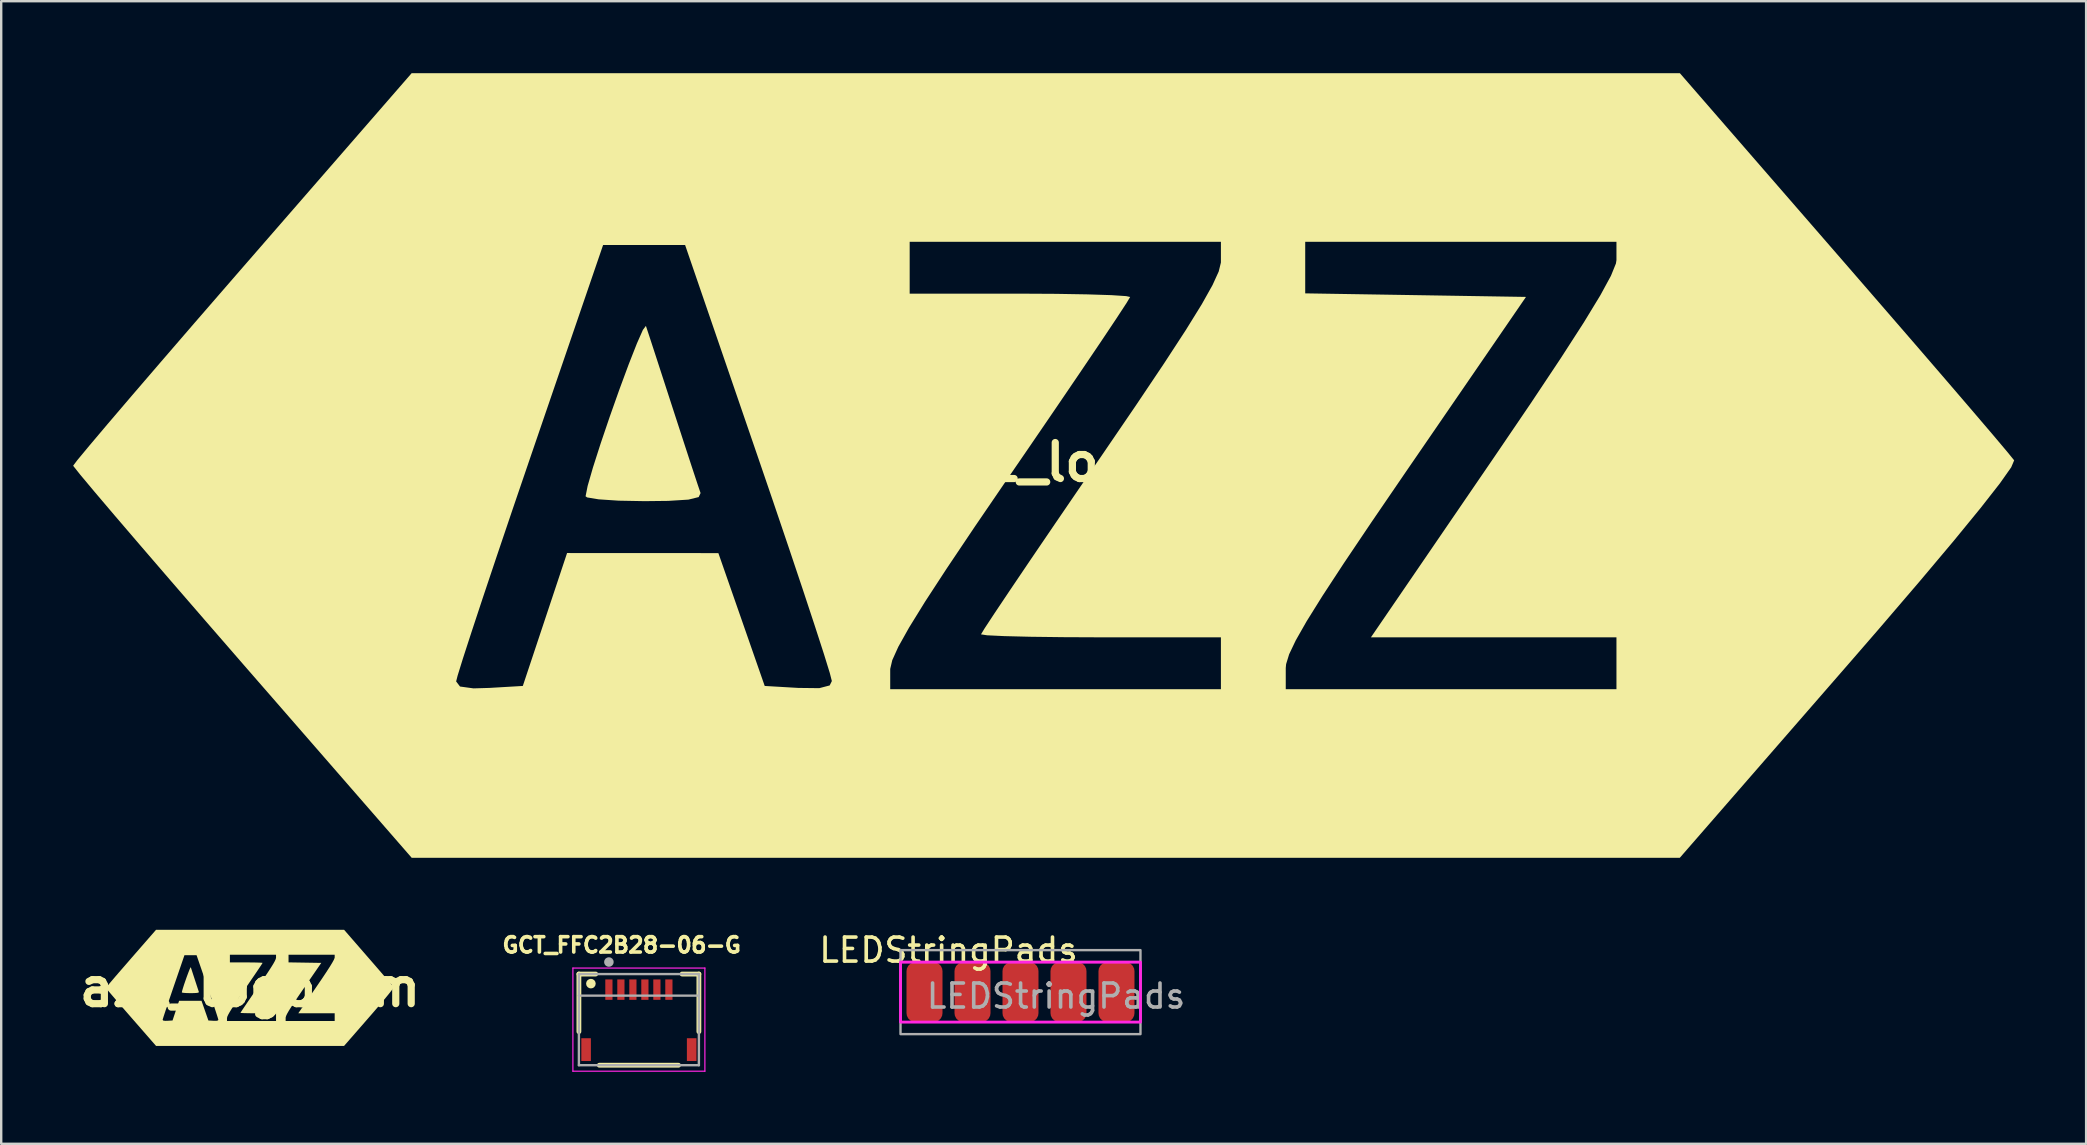
<source format=kicad_pcb>
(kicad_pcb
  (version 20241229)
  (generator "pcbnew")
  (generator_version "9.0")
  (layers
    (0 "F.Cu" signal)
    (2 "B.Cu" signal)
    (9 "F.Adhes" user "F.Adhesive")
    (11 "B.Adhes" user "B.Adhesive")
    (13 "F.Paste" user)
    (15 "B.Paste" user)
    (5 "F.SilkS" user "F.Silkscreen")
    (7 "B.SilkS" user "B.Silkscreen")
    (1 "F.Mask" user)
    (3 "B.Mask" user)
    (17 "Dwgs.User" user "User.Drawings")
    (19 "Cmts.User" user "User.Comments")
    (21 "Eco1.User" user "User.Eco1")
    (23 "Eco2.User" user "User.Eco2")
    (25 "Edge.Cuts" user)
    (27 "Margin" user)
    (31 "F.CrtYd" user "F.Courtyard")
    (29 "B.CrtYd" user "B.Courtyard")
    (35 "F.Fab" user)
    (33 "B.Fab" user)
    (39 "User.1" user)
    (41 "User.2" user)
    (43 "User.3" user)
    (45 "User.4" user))
  (footprint "GCT_FFC2B28-06-G"
    (layer "F.Cu")
    (at 23.574 39.44)
    (property "Reference" "GCT_FFC2B28-06-G" (at -0.718 -3.106 0) (layer "F.SilkS") (effects (font (size 0.64 0.64) (thickness 0.15))))
    (attr smd)
    (fp_line (start -2.5 -1.9) (end -1.8 -1.9) (stroke (width 0.2) (type solid)) (layer "F.SilkS"))
    (fp_line (start -2.5 0.5) (end -2.5 -1.9) (stroke (width 0.2) (type solid)) (layer "F.SilkS"))
    (fp_line (start -1.65 1.9) (end 1.65 1.9) (stroke (width 0.2) (type solid)) (layer "F.SilkS"))
    (fp_line (start 1.8 -1.9) (end 2.5 -1.9) (stroke (width 0.2) (type solid)) (layer "F.SilkS"))
    (fp_line (start 2.5 -1.9) (end 2.5 0.5) (stroke (width 0.2) (type solid)) (layer "F.SilkS"))
    (fp_circle (center -2 -1.5) (end -1.9 -1.5) (stroke (width 0.2) (type solid)) (fill no) (layer "F.SilkS"))
    (fp_line (start -2.75 -2.15) (end -2.75 2.15) (stroke (width 0.05) (type solid)) (layer "F.CrtYd"))
    (fp_line (start -2.75 2.15) (end 2.75 2.15) (stroke (width 0.05) (type solid)) (layer "F.CrtYd"))
    (fp_line (start 2.75 -2.15) (end -2.75 -2.15) (stroke (width 0.05) (type solid)) (layer "F.CrtYd"))
    (fp_line (start 2.75 2.15) (end 2.75 -2.15) (stroke (width 0.05) (type solid)) (layer "F.CrtYd"))
    (fp_line (start -2.5 -1.9) (end 2.5 -1.9) (stroke (width 0.1) (type solid)) (layer "F.Fab"))
    (fp_line (start -2.5 -1) (end -2.5 -1.9) (stroke (width 0.1) (type solid)) (layer "F.Fab"))
    (fp_line (start -2.5 -1) (end 2.5 -1) (stroke (width 0.1) (type solid)) (layer "F.Fab"))
    (fp_line (start -2.5 1.9) (end -2.5 -1) (stroke (width 0.1) (type solid)) (layer "F.Fab"))
    (fp_line (start 2.5 -1.9) (end 2.5 -1) (stroke (width 0.1) (type solid)) (layer "F.Fab"))
    (fp_line (start 2.5 -1) (end 2.5 1.9) (stroke (width 0.1) (type solid)) (layer "F.Fab"))
    (fp_line (start 2.5 1.9) (end -2.5 1.9) (stroke (width 0.1) (type solid)) (layer "F.Fab"))
    (fp_circle (center -1.25 -2.4) (end -1.15 -2.4) (stroke (width 0.2) (type solid)) (fill no) (layer "F.Fab"))
    (pad "1" smd rect (at -1.25 -1.25) (size 0.3 0.85) (layers "F.Cu" "F.Mask" "F.Paste"))
    (pad "2" smd rect (at -0.75 -1.25) (size 0.3 0.85) (layers "F.Cu" "F.Mask" "F.Paste"))
    (pad "3" smd rect (at -0.25 -1.25) (size 0.3 0.85) (layers "F.Cu" "F.Mask" "F.Paste"))
    (pad "4" smd rect (at 0.25 -1.25) (size 0.3 0.85) (layers "F.Cu" "F.Mask" "F.Paste"))
    (pad "5" smd rect (at 0.75 -1.25) (size 0.3 0.85) (layers "F.Cu" "F.Mask" "F.Paste"))
    (pad "6" smd rect (at 1.25 -1.25) (size 0.3 0.85) (layers "F.Cu" "F.Mask" "F.Paste"))
    (pad "S1" smd rect (at -2.2 1.25) (size 0.4 0.95) (layers "F.Cu" "F.Mask" "F.Paste"))
    (pad "S2" smd rect (at 2.2 1.25) (size 0.4 0.95) (layers "F.Cu" "F.Mask" "F.Paste")))
  (footprint "azz_logo_sm"
    (layer "F.Cu")
    (at 7.371 38.096)
    (property "Reference" "azz_logo_sm" (at 0 0 0) (layer "F.SilkS") (effects (font (size 1.5 1.5) (thickness 0.3))))
    (attr board_only exclude_from_pos_files exclude_from_bom)
    (fp_poly (pts (xy -2.471 -0.84) (xy -2.451 -0.78) (xy -2.412 -0.661) (xy -2.36 -0.501) (xy -2.301 -0.32) (xy -2.241 -0.137) (xy -2.19 0.02) (xy -2.152 0.135) (xy -2.133 0.19) (xy -2.145 0.215) (xy -2.208 0.23) (xy -2.334 0.238) (xy -2.48 0.24) (xy -2.639 0.237) (xy -2.763 0.229) (xy -2.834 0.217) (xy -2.844 0.21) (xy -2.831 0.146) (xy -2.798 0.033) (xy -2.751 -0.115) (xy -2.694 -0.281) (xy -2.635 -0.449) (xy -2.577 -0.605) (xy -2.527 -0.733) (xy -2.49 -0.817) (xy -2.471 -0.841)) (stroke (width 0) (type solid)) (fill yes) (layer "F.SilkS"))
    (fp_poly (pts (xy 4.935 -1.23) (xy 5.162 -0.969) (xy 5.373 -0.725) (xy 5.562 -0.506) (xy 5.723 -0.319) (xy 5.851 -0.17) (xy 5.938 -0.067) (xy 5.98 -0.015) (xy 5.983 -0.012) (xy 5.964 0.031) (xy 5.895 0.13) (xy 5.775 0.283) (xy 5.609 0.485) (xy 5.398 0.736) (xy 5.145 1.031) (xy 4.965 1.238) (xy 3.917 2.44) (xy -0.00047 2.44) (xy -3.918 2.44) (xy -4.825 1.4) (xy -0.962 1.4) (xy 0.06 1.4) (xy 1.082 1.4) (xy 1.482 1.4) (xy 2.504 1.4) (xy 3.526 1.4) (xy 3.526 1.24) (xy 3.526 1.08) (xy 2.767 1.08) (xy 2.009 1.08) (xy 2.767 -0.027) (xy 2.997 -0.364) (xy 3.181 -0.641) (xy 3.324 -0.862) (xy 3.426 -1.03) (xy 3.492 -1.15) (xy 3.522 -1.226) (xy 3.526 -1.247) (xy 3.526 -1.36) (xy 2.564 -1.36) (xy 1.603 -1.36) (xy 1.603 -1.201) (xy 1.603 -1.042) (xy 2.285 -1.031) (xy 2.967 -1.02) (xy 2.224 0.059) (xy 2.011 0.371) (xy 1.841 0.624) (xy 1.709 0.825) (xy 1.611 0.981) (xy 1.544 1.099) (xy 1.503 1.185) (xy 1.485 1.245) (xy 1.482 1.269) (xy 1.482 1.4) (xy 1.082 1.4) (xy 1.082 1.24) (xy 1.082 1.08) (xy 0.341 1.08) (xy 0.107 1.079) (xy -0.097 1.076) (xy -0.257 1.072) (xy -0.363 1.067) (xy -0.401 1.062) (xy -0.379 1.026) (xy -0.317 0.931) (xy -0.22 0.787) (xy -0.094 0.601) (xy 0.057 0.38) (xy 0.226 0.132) (xy 0.341 -0.035) (xy 0.557 -0.352) (xy 0.731 -0.61) (xy 0.865 -0.816) (xy 0.964 -0.975) (xy 1.03 -1.093) (xy 1.068 -1.177) (xy 1.082 -1.231) (xy 1.082 -1.236) (xy 1.082 -1.36) (xy 0.12 -1.36) (xy -0.841 -1.36) (xy -0.841 -1.2) (xy -0.841 -1.04) (xy -0.16 -1.04) (xy 0.063 -1.039) (xy 0.256 -1.036) (xy 0.405 -1.031) (xy 0.497 -1.025) (xy 0.521 -1.02) (xy 0.499 -0.983) (xy 0.437 -0.888) (xy 0.34 -0.743) (xy 0.214 -0.557) (xy 0.063 -0.336) (xy -0.106 -0.088) (xy -0.22 0.078) (xy -0.438 0.396) (xy -0.612 0.655) (xy -0.747 0.861) (xy -0.845 1.02) (xy -0.911 1.138) (xy -0.949 1.221) (xy -0.961 1.275) (xy -0.962 1.277) (xy -0.962 1.4) (xy -4.825 1.4) (xy -4.867 1.352) (xy -3.644 1.352) (xy -3.619 1.384) (xy -3.536 1.395) (xy -3.439 1.392) (xy -3.231 1.38) (xy -3.095 0.97) (xy -2.958 0.56) (xy -2.491 0.56) (xy -2.023 0.56) (xy -1.88 0.97) (xy -1.737 1.38) (xy -1.53 1.392) (xy -1.4 1.394) (xy -1.336 1.377) (xy -1.322 1.35) (xy -1.335 1.3) (xy -1.371 1.184) (xy -1.427 1.011) (xy -1.5 0.789) (xy -1.588 0.528) (xy -1.687 0.236) (xy -1.775 -0.022) (xy -2.229 -1.34) (xy -2.482 -1.34) (xy -2.735 -1.34) (xy -3.188 -0.02) (xy -3.294 0.29) (xy -3.392 0.577) (xy -3.477 0.833) (xy -3.548 1.047) (xy -3.602 1.211) (xy -3.634 1.316) (xy -3.644 1.352) (xy -4.867 1.352) (xy -4.964 1.241) (xy -5.193 0.978) (xy -5.404 0.734) (xy -5.593 0.515) (xy -5.753 0.328) (xy -5.88 0.18) (xy -5.966 0.077) (xy -6.007 0.025) (xy -6.009 0.021) (xy -5.984 -0.013) (xy -5.912 -0.1) (xy -5.797 -0.235) (xy -5.648 -0.41) (xy -5.467 -0.62) (xy -5.262 -0.856) (xy -5.038 -1.114) (xy -4.964 -1.2) (xy -3.918 -2.4) (xy -0.000394 -2.4) (xy 3.918 -2.4)) (stroke (width 0) (type solid)) (fill yes) (layer "F.SilkS")))
  (footprint "azz_logo"
    (layer "F.Cu")
    (at 40.532 16.213)
    (property "Reference" "azz_logo" (at 0 0 0) (layer "F.SilkS") (effects (font (size 1.5 1.5) (thickness 0.3))))
    (attr board_only exclude_from_pos_files exclude_from_bom)
    (fp_poly (pts (xy -16.663 -5.674) (xy -16.529 -5.269) (xy -16.267 -4.466) (xy -15.915 -3.383) (xy -15.519 -2.162) (xy -15.117 -0.926) (xy -14.77 0.137) (xy -14.514 0.912) (xy -14.388 1.284) (xy -14.466 1.451) (xy -14.894 1.557) (xy -15.74 1.61) (xy -16.724 1.621) (xy -17.801 1.601) (xy -18.638 1.545) (xy -19.114 1.466) (xy -19.18 1.419) (xy -19.094 0.987) (xy -18.873 0.221) (xy -18.554 -0.775) (xy -18.174 -1.895) (xy -17.77 -3.035) (xy -17.38 -4.088) (xy -17.041 -4.95) (xy -16.791 -5.516) (xy -16.667 -5.681)) (stroke (width 0) (type solid)) (fill yes) (layer "F.SilkS"))
    (fp_poly (pts (xy 33.288 -8.309) (xy 34.819 -6.543) (xy 36.242 -4.899) (xy 37.516 -3.421) (xy 38.602 -2.156) (xy 39.461 -1.15) (xy 40.051 -0.45) (xy 40.335 -0.102) (xy 40.352 -0.079) (xy 40.229 0.211) (xy 39.757 0.88) (xy 38.952 1.909) (xy 37.831 3.279) (xy 36.407 4.971) (xy 34.699 6.965) (xy 33.485 8.365) (xy 26.419 16.483) (xy -0.003 16.483) (xy -26.426 16.483) (xy -32.543 9.457) (xy -6.485 9.457) (xy 0.405 9.457) (xy 7.296 9.457) (xy 9.998 9.457) (xy 16.888 9.457) (xy 23.779 9.457) (xy 23.779 8.377) (xy 23.779 7.296) (xy 18.663 7.296) (xy 13.547 7.296) (xy 18.663 -0.183) (xy 20.211 -2.461) (xy 21.456 -4.332) (xy 22.416 -5.821) (xy 23.108 -6.958) (xy 23.549 -7.769) (xy 23.757 -8.282) (xy 23.779 -8.424) (xy 23.779 -9.187) (xy 17.294 -9.187) (xy 10.809 -9.187) (xy 10.809 -8.113) (xy 10.809 -7.038) (xy 15.409 -6.964) (xy 20.009 -6.89) (xy 15.003 0.4) (xy 13.566 2.503) (xy 12.416 4.212) (xy 11.526 5.572) (xy 10.868 6.627) (xy 10.415 7.422) (xy 10.139 8.002) (xy 10.013 8.412) (xy 9.998 8.574) (xy 9.998 9.457) (xy 7.296 9.457) (xy 7.296 8.377) (xy 7.296 7.296) (xy 2.297 7.296) (xy 0.72 7.289) (xy -0.652 7.272) (xy -1.736 7.245) (xy -2.447 7.211) (xy -2.702 7.172) (xy -2.555 6.928) (xy -2.137 6.292) (xy -1.484 5.317) (xy -0.633 4.057) (xy 0.382 2.565) (xy 1.523 0.895) (xy 2.297 -0.234) (xy 3.759 -2.377) (xy 4.93 -4.123) (xy 5.835 -5.512) (xy 6.499 -6.585) (xy 6.947 -7.384) (xy 7.204 -7.948) (xy 7.295 -8.319) (xy 7.296 -8.352) (xy 7.296 -9.187) (xy 0.811 -9.187) (xy -5.674 -9.187) (xy -5.674 -8.106) (xy -5.674 -7.026) (xy -1.081 -7.026) (xy 0.427 -7.018) (xy 1.726 -6.996) (xy 2.73 -6.964) (xy 3.351 -6.923) (xy 3.513 -6.887) (xy 3.365 -6.639) (xy 2.947 -6) (xy 2.294 -5.022) (xy 1.441 -3.76) (xy 0.426 -2.267) (xy -0.716 -0.596) (xy -1.486 0.526) (xy -2.953 2.674) (xy -4.128 4.424) (xy -5.036 5.816) (xy -5.7 6.891) (xy -6.147 7.689) (xy -6.4 8.249) (xy -6.485 8.613) (xy -6.485 8.629) (xy -6.485 9.457) (xy -32.543 9.457) (xy -32.825 9.134) (xy -24.574 9.134) (xy -24.412 9.346) (xy -23.85 9.423) (xy -23.192 9.404) (xy -21.795 9.322) (xy -20.873 6.553) (xy -19.951 3.783) (xy -16.798 3.785) (xy -13.646 3.786) (xy -12.68 6.554) (xy -11.715 9.322) (xy -10.316 9.404) (xy -9.442 9.414) (xy -9.008 9.301) (xy -8.917 9.118) (xy -9.002 8.785) (xy -9.244 8.001) (xy -9.623 6.83) (xy -10.118 5.331) (xy -10.71 3.565) (xy -11.378 1.595) (xy -11.975 -0.15) (xy -15.032 -9.052) (xy -16.741 -9.052) (xy -18.45 -9.052) (xy -21.505 -0.135) (xy -22.22 1.96) (xy -22.876 3.9) (xy -23.454 5.625) (xy -23.932 7.072) (xy -24.292 8.181) (xy -24.512 8.891) (xy -24.574 9.134) (xy -32.825 9.134) (xy -33.479 8.383) (xy -35.023 6.605) (xy -36.451 4.956) (xy -37.724 3.478) (xy -38.805 2.217) (xy -39.655 1.216) (xy -40.238 0.519) (xy -40.514 0.172) (xy -40.532 0.141) (xy -40.36 -0.087) (xy -39.871 -0.677) (xy -39.102 -1.587) (xy -38.091 -2.771) (xy -36.875 -4.185) (xy -35.493 -5.786) (xy -33.982 -7.528) (xy -33.48 -8.106) (xy -26.428 -16.213) (xy -0.003 -16.213) (xy 26.422 -16.213)) (stroke (width 0) (type solid)) (fill yes) (layer "F.SilkS")))
  (footprint "LEDStringPads"
    (layer "F.Cu")
    (at 39.476 38.544)
    (property "Reference" "LEDStringPads" (at -3 -2 0) (unlocked yes) (layer "F.SilkS") (effects (font (size 1 1) (thickness 0.15))))
    (attr smd)
    (fp_rect (start -5 -1.5) (end 5 1) (stroke (width 0.12) (type default)) (fill no) (layer "F.CrtYd"))
    (fp_rect (start -5 -2) (end 5 1.5) (stroke (width 0.1) (type default)) (fill no) (layer "F.Fab"))
    (fp_text user "${REFERENCE}" (at -4 0.5 0) (unlocked yes) (layer "F.Fab") (effects (font (size 1 1) (thickness 0.15)) (justify left bottom)))
    (pad "1" smd roundrect (at -4 -0.25) (size 1.5 2.5) (layers "F.Cu" "F.Mask") (roundrect_rratio 0.25))
    (pad "2" smd roundrect (at -2 -0.25) (size 1.5 2.5) (layers "F.Cu" "F.Mask") (roundrect_rratio 0.25))
    (pad "3" smd roundrect (at 0 -0.25) (size 1.5 2.5) (layers "F.Cu" "F.Mask") (roundrect_rratio 0.25))
    (pad "4" smd roundrect (at 2 -0.25) (size 1.5 2.5) (layers "F.Cu" "F.Mask") (roundrect_rratio 0.25))
    (pad "5" smd roundrect (at 4 -0.25) (size 1.5 2.5) (layers "F.Cu" "F.Mask") (roundrect_rratio 0.25)))
  (gr_rect
    (start -3 -3)
    (end 83.883 44.615)
    (stroke (width 0.1) (type default))
    (fill no)
    (layer "Edge.Cuts")))
</source>
